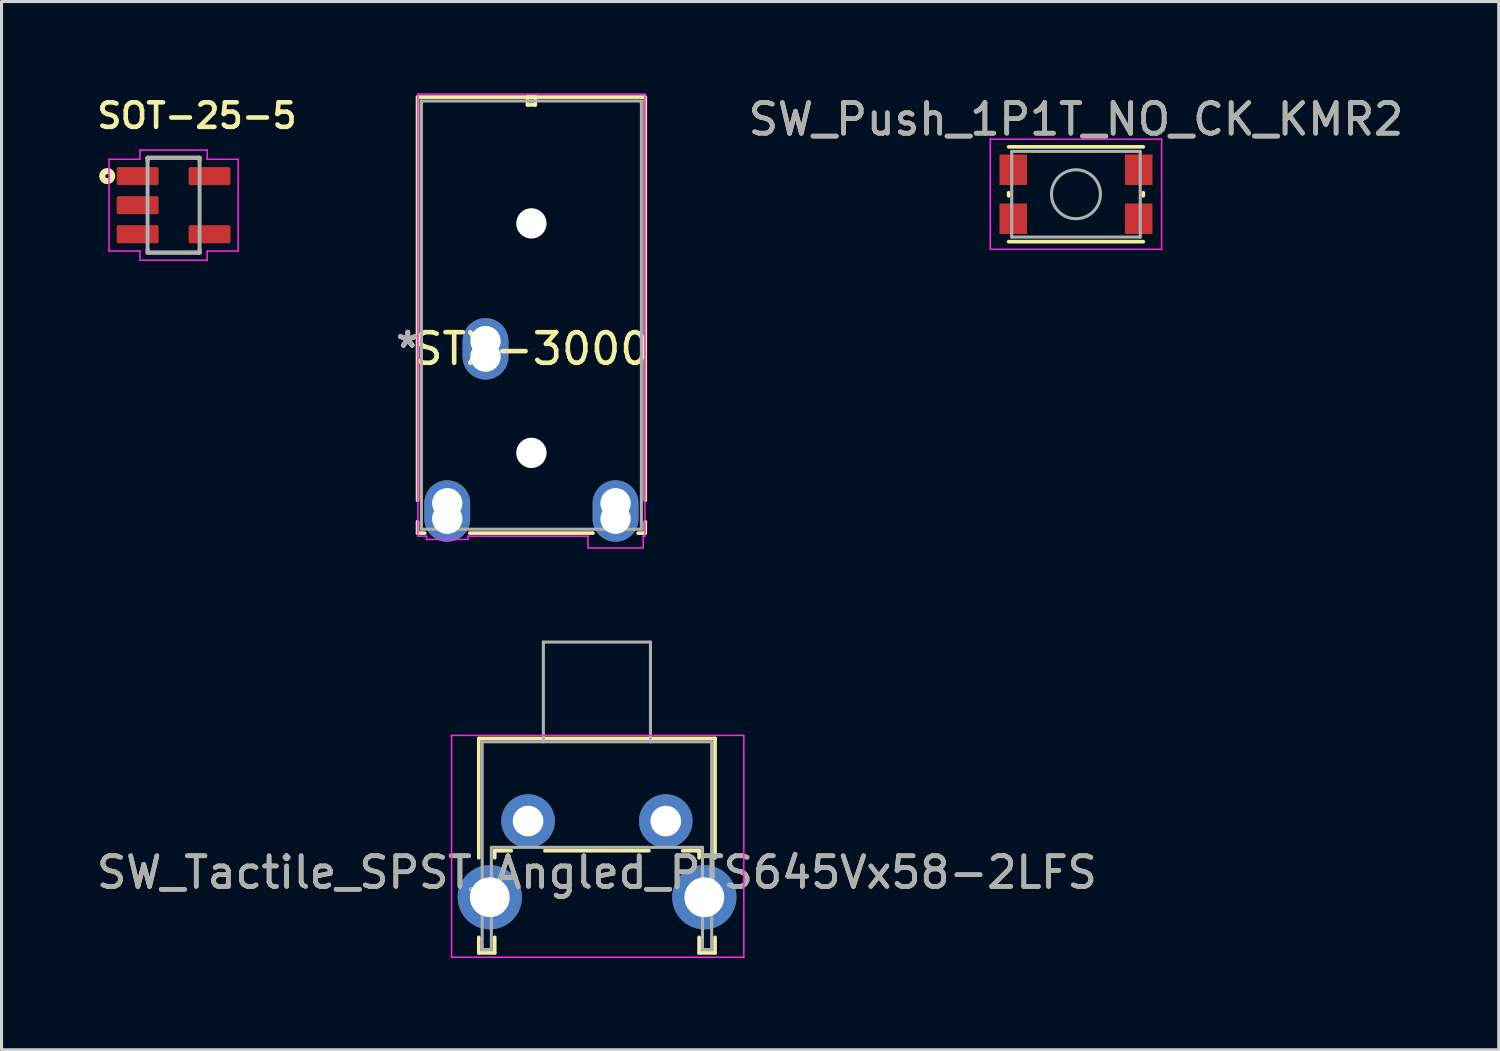
<source format=kicad_pcb>
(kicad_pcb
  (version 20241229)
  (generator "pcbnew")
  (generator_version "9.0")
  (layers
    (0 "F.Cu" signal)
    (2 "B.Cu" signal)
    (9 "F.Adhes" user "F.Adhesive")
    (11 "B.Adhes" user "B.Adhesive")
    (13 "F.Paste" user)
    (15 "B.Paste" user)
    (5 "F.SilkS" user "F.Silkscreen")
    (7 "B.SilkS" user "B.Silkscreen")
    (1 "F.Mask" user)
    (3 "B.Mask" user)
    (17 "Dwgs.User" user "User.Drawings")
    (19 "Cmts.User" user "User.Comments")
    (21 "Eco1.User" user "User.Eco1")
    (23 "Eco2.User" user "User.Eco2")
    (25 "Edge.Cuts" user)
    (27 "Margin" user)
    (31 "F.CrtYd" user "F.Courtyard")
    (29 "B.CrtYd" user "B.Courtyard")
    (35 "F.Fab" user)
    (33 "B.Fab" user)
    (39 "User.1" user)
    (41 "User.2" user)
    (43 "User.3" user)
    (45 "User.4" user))
  (footprint "STX-3000"
    (layer "F.Cu")
    (at 12.817 8.351)
    (property "Reference" "STX-3000" (at 1.5 0 0) (layer "F.SilkS") (effects (font (size 1 1) (thickness 0.15))))
    (attr through_hole)
    (fp_line (start -2.221 -8.227) (end -2.221 4.953) (stroke (width 0.12) (type solid)) (layer "F.SilkS"))
    (fp_line (start -2.221 5.647) (end -2.221 6.022) (stroke (width 0.12) (type solid)) (layer "F.SilkS"))
    (fp_line (start -2.221 6.022) (end -1.986 6.022) (stroke (width 0.12) (type solid)) (layer "F.SilkS"))
    (fp_line (start -0.514 6.022) (end 3.514 6.022) (stroke (width 0.12) (type solid)) (layer "F.SilkS"))
    (fp_line (start 1.373 -8.227) (end 1.373 -7.973) (stroke (width 0.12) (type solid)) (layer "F.SilkS"))
    (fp_line (start 1.373 -7.973) (end 1.627 -7.973) (stroke (width 0.12) (type solid)) (layer "F.SilkS"))
    (fp_line (start 1.627 -8.227) (end 1.373 -8.227) (stroke (width 0.12) (type solid)) (layer "F.SilkS"))
    (fp_line (start 1.627 -7.973) (end 1.627 -8.227) (stroke (width 0.12) (type solid)) (layer "F.SilkS"))
    (fp_line (start 4.986 6.022) (end 5.221 6.022) (stroke (width 0.12) (type solid)) (layer "F.SilkS"))
    (fp_line (start 5.221 -8.227) (end -2.221 -8.227) (stroke (width 0.12) (type solid)) (layer "F.SilkS"))
    (fp_line (start 5.221 4.953) (end 5.221 -8.227) (stroke (width 0.12) (type solid)) (layer "F.SilkS"))
    (fp_line (start 5.221 6.022) (end 5.221 5.647) (stroke (width 0.12) (type solid)) (layer "F.SilkS"))
    (fp_line (start -2.21 6.121) (end -1.925 6.121) (stroke (width 0.05) (type solid)) (layer "F.CrtYd"))
    (fp_line (start -2.21 -8.326) (end -2.21 6.121) (stroke (width 0.05) (type solid)) (layer "F.CrtYd"))
    (fp_line (start -1.925 6.121) (end -1.925 6.229) (stroke (width 0.05) (type solid)) (layer "F.CrtYd"))
    (fp_line (start -1.925 6.229) (end -0.575 6.229) (stroke (width 0.05) (type solid)) (layer "F.CrtYd"))
    (fp_line (start -0.575 6.121) (end 3.349 6.121) (stroke (width 0.05) (type solid)) (layer "F.CrtYd"))
    (fp_line (start -0.575 6.229) (end -0.575 6.121) (stroke (width 0.05) (type solid)) (layer "F.CrtYd"))
    (fp_line (start 3.349 6.121) (end 3.349 6.507) (stroke (width 0.05) (type solid)) (layer "F.CrtYd"))
    (fp_line (start 3.349 6.507) (end 5.151 6.507) (stroke (width 0.05) (type solid)) (layer "F.CrtYd"))
    (fp_line (start 5.151 6.121) (end 5.21 6.121) (stroke (width 0.05) (type solid)) (layer "F.CrtYd"))
    (fp_line (start 5.151 6.507) (end 5.151 6.121) (stroke (width 0.05) (type solid)) (layer "F.CrtYd"))
    (fp_line (start 5.21 6.121) (end 5.21 -8.326) (stroke (width 0.05) (type solid)) (layer "F.CrtYd"))
    (fp_line (start 5.21 -8.326) (end -2.21 -8.326) (stroke (width 0.05) (type solid)) (layer "F.CrtYd"))
    (fp_line (start -2.094 -8.1) (end -2.094 5.895) (stroke (width 0.1) (type solid)) (layer "F.Fab"))
    (fp_line (start -2.094 5.895) (end 5.094 5.895) (stroke (width 0.1) (type solid)) (layer "F.Fab"))
    (fp_line (start 1.5 -8.1) (end 1.5 -8.1) (stroke (width 0.1) (type solid)) (layer "F.Fab"))
    (fp_line (start 1.5 -8.1) (end 1.5 -8.1) (stroke (width 0.1) (type solid)) (layer "F.Fab"))
    (fp_line (start 1.5 -8.1) (end 1.5 -8.1) (stroke (width 0.1) (type solid)) (layer "F.Fab"))
    (fp_line (start 1.5 -8.1) (end 1.5 -8.1) (stroke (width 0.1) (type solid)) (layer "F.Fab"))
    (fp_line (start 5.094 -8.1) (end -2.094 -8.1) (stroke (width 0.1) (type solid)) (layer "F.Fab"))
    (fp_line (start 5.094 5.895) (end 5.094 -8.1) (stroke (width 0.1) (type solid)) (layer "F.Fab"))
    (fp_text user "*" (at -2.54 0 0) (layer "F.SilkS") (effects (font (size 1 1) (thickness 0.15))))
    (fp_text user "*" (at -2.54 0 0) (layer "F.SilkS") (effects (font (size 1 1) (thickness 0.15))))
    (fp_text user "Copyright 2021 Accelerated Designs. All rights reserved." (at 0 0 0) (layer "Cmts.User") (effects (font (size 0.127 0.127) (thickness 0.002))))
    (fp_text user "*" (at -2.54 0 0) (layer "F.Fab") (effects (font (size 1 1) (thickness 0.15))))
    (fp_text user "*" (at -2.54 0 0) (layer "F.Fab") (effects (font (size 1 1) (thickness 0.15))))
    (pad "" np_thru_hole circle (at -1.25 5.046) (size 0.991 0.991) (drill 0.991) (layers "*.Cu" "*.Mask"))
    (pad "" np_thru_hole circle (at -1.25 5.554) (size 0.991 0.991) (drill 0.991) (layers "*.Cu" "*.Mask"))
    (pad "" np_thru_hole circle (at 0 -0.254) (size 0.991 0.991) (drill 0.991) (layers "*.Cu" "*.Mask"))
    (pad "" np_thru_hole circle (at 0 0.254) (size 0.991 0.991) (drill 0.991) (layers "*.Cu" "*.Mask"))
    (pad "" np_thru_hole circle (at 1.5 -4.1) (size 0.991 0.991) (drill 0.991) (layers "*.Cu" "*.Mask"))
    (pad "" np_thru_hole circle (at 1.5 3.4) (size 0.991 0.991) (drill 0.991) (layers "*.Cu" "*.Mask"))
    (pad "" np_thru_hole circle (at 4.25 5.046) (size 0.991 0.991) (drill 0.991) (layers "*.Cu" "*.Mask"))
    (pad "" np_thru_hole circle (at 4.25 5.554) (size 0.991 0.991) (drill 0.991) (layers "*.Cu" "*.Mask"))
    (pad "1" thru_hole oval (at 0 0 90) (size 2.007 1.499) (drill 0.025) (layers "*.Cu" "*.Mask"))
    (pad "2" thru_hole oval (at 4.25 5.3 90) (size 2.007 1.499) (drill 0.025) (layers "*.Cu" "*.Mask"))
    (pad "3" thru_hole oval (at -1.25 5.3 90) (size 2.007 1.499) (drill 0.025) (layers "*.Cu" "*.Mask")))
  (footprint "SW_Push_1P1T_NO_CK_KMR2"
    (layer "F.Cu")
    (at 32.114 3.298)
    (property "Reference" "SW_Push_1P1T_NO_CK_KMR2" (at 0 -2.45 0) (layer "F.SilkS") (effects (font (size 1 1) (thickness 0.15))))
    (attr smd)
    (fp_line (start -2.2 0.05) (end -2.2 -0.05) (stroke (width 0.12) (type solid)) (layer "F.SilkS"))
    (fp_line (start -2.2 1.55) (end 2.2 1.55) (stroke (width 0.12) (type solid)) (layer "F.SilkS"))
    (fp_line (start 2.2 -1.55) (end -2.2 -1.55) (stroke (width 0.12) (type solid)) (layer "F.SilkS"))
    (fp_line (start 2.2 0.05) (end 2.2 -0.05) (stroke (width 0.12) (type solid)) (layer "F.SilkS"))
    (fp_line (start -2.8 -1.8) (end 2.8 -1.8) (stroke (width 0.05) (type solid)) (layer "F.CrtYd"))
    (fp_line (start -2.8 1.8) (end -2.8 -1.8) (stroke (width 0.05) (type solid)) (layer "F.CrtYd"))
    (fp_line (start 2.8 -1.8) (end 2.8 1.8) (stroke (width 0.05) (type solid)) (layer "F.CrtYd"))
    (fp_line (start 2.8 1.8) (end -2.8 1.8) (stroke (width 0.05) (type solid)) (layer "F.CrtYd"))
    (fp_line (start -2.1 -1.4) (end 2.1 -1.4) (stroke (width 0.1) (type solid)) (layer "F.Fab"))
    (fp_line (start -2.1 1.4) (end -2.1 -1.4) (stroke (width 0.1) (type solid)) (layer "F.Fab"))
    (fp_line (start 2.1 -1.4) (end 2.1 1.4) (stroke (width 0.1) (type solid)) (layer "F.Fab"))
    (fp_line (start 2.1 1.4) (end -2.1 1.4) (stroke (width 0.1) (type solid)) (layer "F.Fab"))
    (fp_circle (center 0 0) (end 0 0.8) (stroke (width 0.1) (type solid)) (fill no) (layer "F.Fab"))
    (fp_text user "${REFERENCE}" (at 0 -2.45 0) (layer "F.Fab") (effects (font (size 1 1) (thickness 0.15))))
    (pad "1" smd rect (at -2.05 -0.8) (size 0.9 1) (layers "F.Cu" "F.Mask" "F.Paste"))
    (pad "1" smd rect (at 2.05 -0.8) (size 0.9 1) (layers "F.Cu" "F.Mask" "F.Paste"))
    (pad "2" smd rect (at -2.05 0.8) (size 0.9 1) (layers "F.Cu" "F.Mask" "F.Paste"))
    (pad "2" smd rect (at 2.05 0.8) (size 0.9 1) (layers "F.Cu" "F.Mask" "F.Paste")))
  (footprint "SOT-25-5"
    (layer "F.Cu")
    (at 2.623 3.655)
    (property "Reference" "SOT-25-5" (at 0.763 -2.923 0) (layer "F.SilkS") (effects (font (size 0.801 0.801) (thickness 0.15))))
    (attr through_hole)
    (fp_line (start -0.85 -1.55) (end -0.85 -1.45) (stroke (width 0.127) (type solid)) (layer "F.SilkS"))
    (fp_line (start -0.85 1.55) (end -0.85 1.45) (stroke (width 0.127) (type solid)) (layer "F.SilkS"))
    (fp_line (start 0.85 -1.55) (end -0.85 -1.55) (stroke (width 0.127) (type solid)) (layer "F.SilkS"))
    (fp_line (start 0.85 -1.55) (end 0.85 -1.45) (stroke (width 0.127) (type solid)) (layer "F.SilkS"))
    (fp_line (start 0.85 1.55) (end -0.85 1.55) (stroke (width 0.127) (type solid)) (layer "F.SilkS"))
    (fp_line (start 0.85 1.55) (end 0.85 1.45) (stroke (width 0.127) (type solid)) (layer "F.SilkS"))
    (fp_circle (center -2.169 -0.95) (end -2.107 -0.95) (stroke (width 0.2) (type solid)) (fill no) (layer "F.SilkS"))
    (fp_line (start -2.11 -1.5) (end -2.11 1.5) (stroke (width 0.05) (type solid)) (layer "F.CrtYd"))
    (fp_line (start -2.11 1.5) (end -1.1 1.5) (stroke (width 0.05) (type solid)) (layer "F.CrtYd"))
    (fp_line (start -1.1 -1.8) (end -1.1 -1.5) (stroke (width 0.05) (type solid)) (layer "F.CrtYd"))
    (fp_line (start -1.1 -1.5) (end -2.11 -1.5) (stroke (width 0.05) (type solid)) (layer "F.CrtYd"))
    (fp_line (start -1.1 1.5) (end -1.1 1.8) (stroke (width 0.05) (type solid)) (layer "F.CrtYd"))
    (fp_line (start -1.1 1.8) (end 1.1 1.8) (stroke (width 0.05) (type solid)) (layer "F.CrtYd"))
    (fp_line (start 1.1 -1.8) (end -1.1 -1.8) (stroke (width 0.05) (type solid)) (layer "F.CrtYd"))
    (fp_line (start 1.1 -1.5) (end 1.1 -1.8) (stroke (width 0.05) (type solid)) (layer "F.CrtYd"))
    (fp_line (start 1.1 1.5) (end 2.11 1.5) (stroke (width 0.05) (type solid)) (layer "F.CrtYd"))
    (fp_line (start 1.1 1.8) (end 1.1 1.5) (stroke (width 0.05) (type solid)) (layer "F.CrtYd"))
    (fp_line (start 2.11 -1.5) (end 1.1 -1.5) (stroke (width 0.05) (type solid)) (layer "F.CrtYd"))
    (fp_line (start 2.11 1.5) (end 2.11 -1.5) (stroke (width 0.05) (type solid)) (layer "F.CrtYd"))
    (fp_line (start -0.85 -1.55) (end 0.85 -1.55) (stroke (width 0.127) (type solid)) (layer "F.Fab"))
    (fp_line (start -0.85 1.55) (end -0.85 -1.55) (stroke (width 0.127) (type solid)) (layer "F.Fab"))
    (fp_line (start 0.85 -1.55) (end 0.85 1.55) (stroke (width 0.127) (type solid)) (layer "F.Fab"))
    (fp_line (start 0.85 1.55) (end -0.85 1.55) (stroke (width 0.127) (type solid)) (layer "F.Fab"))
    (pad "1" smd roundrect (at -1.175 -0.95 270) (size 0.59 1.37) (layers "F.Cu" "F.Mask" "F.Paste") (roundrect_rratio 0.1))
    (pad "2" smd roundrect (at -1.175 0 270) (size 0.59 1.37) (layers "F.Cu" "F.Mask" "F.Paste") (roundrect_rratio 0.1))
    (pad "3" smd roundrect (at -1.175 0.95 270) (size 0.59 1.37) (layers "F.Cu" "F.Mask" "F.Paste") (roundrect_rratio 0.1))
    (pad "4" smd roundrect (at 1.175 0.95 270) (size 0.59 1.37) (layers "F.Cu" "F.Mask" "F.Paste") (roundrect_rratio 0.1))
    (pad "5" smd roundrect (at 1.175 -0.95 270) (size 0.59 1.37) (layers "F.Cu" "F.Mask" "F.Paste") (roundrect_rratio 0.1)))
  (footprint "SW_Tactile_SPST_Angled_PTS645Vx58-2LFS"
    (layer "F.Cu")
    (at 14.208 23.783)
    (property "Reference" "SW_Tactile_SPST_Angled_PTS645Vx58-2LFS" (at 2.25 1.68 0) (layer "F.SilkS") (effects (font (size 1 1) (thickness 0.15))))
    (attr through_hole)
    (fp_line (start -1.61 -2.7) (end -1.61 1.2) (stroke (width 0.12) (type solid)) (layer "F.SilkS"))
    (fp_line (start -1.61 -2.7) (end 6.11 -2.7) (stroke (width 0.12) (type solid)) (layer "F.SilkS"))
    (fp_line (start -1.61 3.8) (end -1.61 4.31) (stroke (width 0.12) (type solid)) (layer "F.SilkS"))
    (fp_line (start -1.61 4.31) (end -1.09 4.31) (stroke (width 0.12) (type solid)) (layer "F.SilkS"))
    (fp_line (start -1.09 0.97) (end -1.09 1.2) (stroke (width 0.12) (type solid)) (layer "F.SilkS"))
    (fp_line (start -1.09 0.97) (end -0.55 0.97) (stroke (width 0.12) (type solid)) (layer "F.SilkS"))
    (fp_line (start -1.09 3.8) (end -1.09 4.31) (stroke (width 0.12) (type solid)) (layer "F.SilkS"))
    (fp_line (start 0.55 0.97) (end 3.95 0.97) (stroke (width 0.12) (type solid)) (layer "F.SilkS"))
    (fp_line (start 5.05 0.97) (end 5.59 0.97) (stroke (width 0.12) (type solid)) (layer "F.SilkS"))
    (fp_line (start 5.59 0.97) (end 5.59 1.2) (stroke (width 0.12) (type solid)) (layer "F.SilkS"))
    (fp_line (start 5.59 3.8) (end 5.59 4.31) (stroke (width 0.12) (type solid)) (layer "F.SilkS"))
    (fp_line (start 5.59 4.31) (end 6.11 4.31) (stroke (width 0.12) (type solid)) (layer "F.SilkS"))
    (fp_line (start 6.11 -2.7) (end 6.11 1.2) (stroke (width 0.12) (type solid)) (layer "F.SilkS"))
    (fp_line (start 6.11 3.8) (end 6.11 4.31) (stroke (width 0.12) (type solid)) (layer "F.SilkS"))
    (fp_line (start -2.5 -2.8) (end 7.05 -2.8) (stroke (width 0.05) (type solid)) (layer "F.CrtYd"))
    (fp_line (start -2.5 4.45) (end -2.5 -2.8) (stroke (width 0.05) (type solid)) (layer "F.CrtYd"))
    (fp_line (start 7.05 -2.8) (end 7.05 4.45) (stroke (width 0.05) (type solid)) (layer "F.CrtYd"))
    (fp_line (start 7.05 4.45) (end -2.5 4.45) (stroke (width 0.05) (type solid)) (layer "F.CrtYd"))
    (fp_line (start -1.5 -2.59) (end 6 -2.59) (stroke (width 0.1) (type solid)) (layer "F.Fab"))
    (fp_line (start -1.5 4.2) (end -1.5 -2.59) (stroke (width 0.1) (type solid)) (layer "F.Fab"))
    (fp_line (start -1.5 4.2) (end -1.2 4.2) (stroke (width 0.1) (type solid)) (layer "F.Fab"))
    (fp_line (start -1.2 0.86) (end 5.7 0.86) (stroke (width 0.1) (type solid)) (layer "F.Fab"))
    (fp_line (start -1.2 4.2) (end -1.2 0.86) (stroke (width 0.1) (type solid)) (layer "F.Fab"))
    (fp_line (start 0.5 -5.85) (end 0.5 -2.59) (stroke (width 0.1) (type solid)) (layer "F.Fab"))
    (fp_line (start 0.5 -5.85) (end 4 -5.85) (stroke (width 0.1) (type solid)) (layer "F.Fab"))
    (fp_line (start 4 -5.85) (end 4 -2.59) (stroke (width 0.1) (type solid)) (layer "F.Fab"))
    (fp_line (start 5.7 4.2) (end 5.7 0.86) (stroke (width 0.1) (type solid)) (layer "F.Fab"))
    (fp_line (start 5.7 4.2) (end 6 4.2) (stroke (width 0.1) (type solid)) (layer "F.Fab"))
    (fp_line (start 6 4.2) (end 6 -2.59) (stroke (width 0.1) (type solid)) (layer "F.Fab"))
    (fp_text user "${REFERENCE}" (at 2.25 1.68 0) (layer "F.Fab") (effects (font (size 1 1) (thickness 0.15))))
    (pad "" thru_hole circle (at -1.25 2.49) (size 2.1 2.1) (drill 1.3) (layers "*.Cu" "*.Mask"))
    (pad "" thru_hole circle (at 5.76 2.49) (size 2.1 2.1) (drill 1.3) (layers "*.Cu" "*.Mask"))
    (pad "1" thru_hole circle (at 0 0) (size 1.75 1.75) (drill 1) (layers "*.Cu" "*.Mask"))
    (pad "2" thru_hole circle (at 4.5 0) (size 1.75 1.75) (drill 1) (layers "*.Cu" "*.Mask")))
  (gr_rect
    (start -3 -3)
    (end 45.93 31.258)
    (stroke (width 0.1) (type default))
    (fill no)
    (layer "Edge.Cuts")))
</source>
